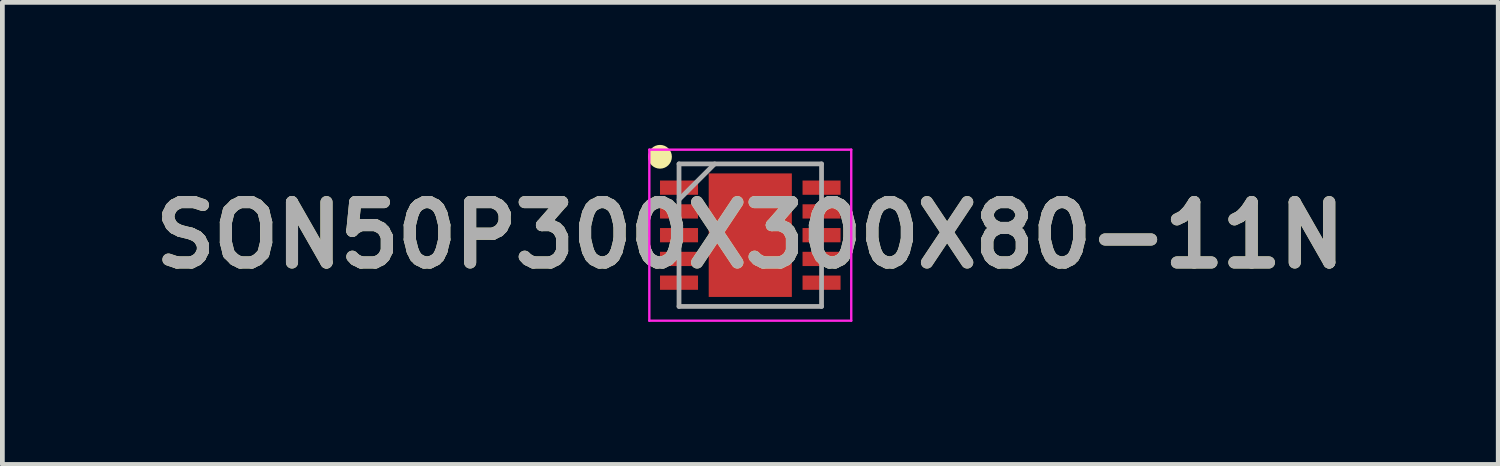
<source format=kicad_pcb>
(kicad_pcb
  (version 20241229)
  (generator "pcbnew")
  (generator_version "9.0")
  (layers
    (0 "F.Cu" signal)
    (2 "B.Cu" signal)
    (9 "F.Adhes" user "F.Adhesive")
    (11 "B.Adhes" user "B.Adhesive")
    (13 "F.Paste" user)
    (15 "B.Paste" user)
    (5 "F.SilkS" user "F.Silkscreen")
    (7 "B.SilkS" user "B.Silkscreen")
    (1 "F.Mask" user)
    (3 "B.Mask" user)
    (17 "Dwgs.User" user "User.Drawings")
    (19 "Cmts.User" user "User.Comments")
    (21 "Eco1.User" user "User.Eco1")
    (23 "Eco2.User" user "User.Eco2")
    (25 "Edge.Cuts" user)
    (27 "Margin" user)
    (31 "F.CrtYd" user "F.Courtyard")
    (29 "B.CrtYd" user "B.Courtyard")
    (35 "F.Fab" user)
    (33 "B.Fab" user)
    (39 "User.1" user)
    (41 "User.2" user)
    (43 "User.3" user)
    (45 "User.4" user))
  (footprint "SON50P300X300X80-11N"
    (layer "F.Cu")
    (at 12.742 1.9)
    (property "Reference" "SON50P300X300X80-11N" (at 0 0 0) (layer "F.SilkS") (effects (font (size 1.27 1.27) (thickness 0.254))))
    (attr smd)
    (fp_circle (center -1.9 -1.65) (end -1.9 -1.525) (stroke (width 0.25) (type solid)) (fill no) (layer "F.SilkS"))
    (fp_line (start -2.125 -1.8) (end 2.125 -1.8) (stroke (width 0.05) (type solid)) (layer "F.CrtYd"))
    (fp_line (start -2.125 1.8) (end -2.125 -1.8) (stroke (width 0.05) (type solid)) (layer "F.CrtYd"))
    (fp_line (start 2.125 -1.8) (end 2.125 1.8) (stroke (width 0.05) (type solid)) (layer "F.CrtYd"))
    (fp_line (start 2.125 1.8) (end -2.125 1.8) (stroke (width 0.05) (type solid)) (layer "F.CrtYd"))
    (fp_line (start -1.5 -1.5) (end 1.5 -1.5) (stroke (width 0.1) (type solid)) (layer "F.Fab"))
    (fp_line (start -1.5 -0.75) (end -0.75 -1.5) (stroke (width 0.1) (type solid)) (layer "F.Fab"))
    (fp_line (start -1.5 1.5) (end -1.5 -1.5) (stroke (width 0.1) (type solid)) (layer "F.Fab"))
    (fp_line (start 1.5 -1.5) (end 1.5 1.5) (stroke (width 0.1) (type solid)) (layer "F.Fab"))
    (fp_line (start 1.5 1.5) (end -1.5 1.5) (stroke (width 0.1) (type solid)) (layer "F.Fab"))
    (fp_text user "${REFERENCE}" (at 0 0 0) (layer "F.Fab") (effects (font (size 1.27 1.27) (thickness 0.254))))
    (pad "1" smd rect (at -1.5 -1 90) (size 0.3 0.8) (layers "F.Cu" "F.Mask" "F.Paste"))
    (pad "2" smd rect (at -1.5 -0.5 90) (size 0.3 0.8) (layers "F.Cu" "F.Mask" "F.Paste"))
    (pad "3" smd rect (at -1.5 0 90) (size 0.3 0.8) (layers "F.Cu" "F.Mask" "F.Paste"))
    (pad "4" smd rect (at -1.5 0.5 90) (size 0.3 0.8) (layers "F.Cu" "F.Mask" "F.Paste"))
    (pad "5" smd rect (at -1.5 1 90) (size 0.3 0.8) (layers "F.Cu" "F.Mask" "F.Paste"))
    (pad "6" smd rect (at 1.5 1 90) (size 0.3 0.8) (layers "F.Cu" "F.Mask" "F.Paste"))
    (pad "7" smd rect (at 1.5 0.5 90) (size 0.3 0.8) (layers "F.Cu" "F.Mask" "F.Paste"))
    (pad "8" smd rect (at 1.5 0 90) (size 0.3 0.8) (layers "F.Cu" "F.Mask" "F.Paste"))
    (pad "9" smd rect (at 1.5 -0.5 90) (size 0.3 0.8) (layers "F.Cu" "F.Mask" "F.Paste"))
    (pad "10" smd rect (at 1.5 -1 90) (size 0.3 0.8) (layers "F.Cu" "F.Mask" "F.Paste"))
    (pad "11" smd rect (at 0 0) (size 1.75 2.6) (layers "F.Cu" "F.Mask" "F.Paste")))
  (gr_rect
    (start -3 -3)
    (end 28.485 6.725)
    (stroke (width 0.1) (type default))
    (fill no)
    (layer "Edge.Cuts")))
</source>
